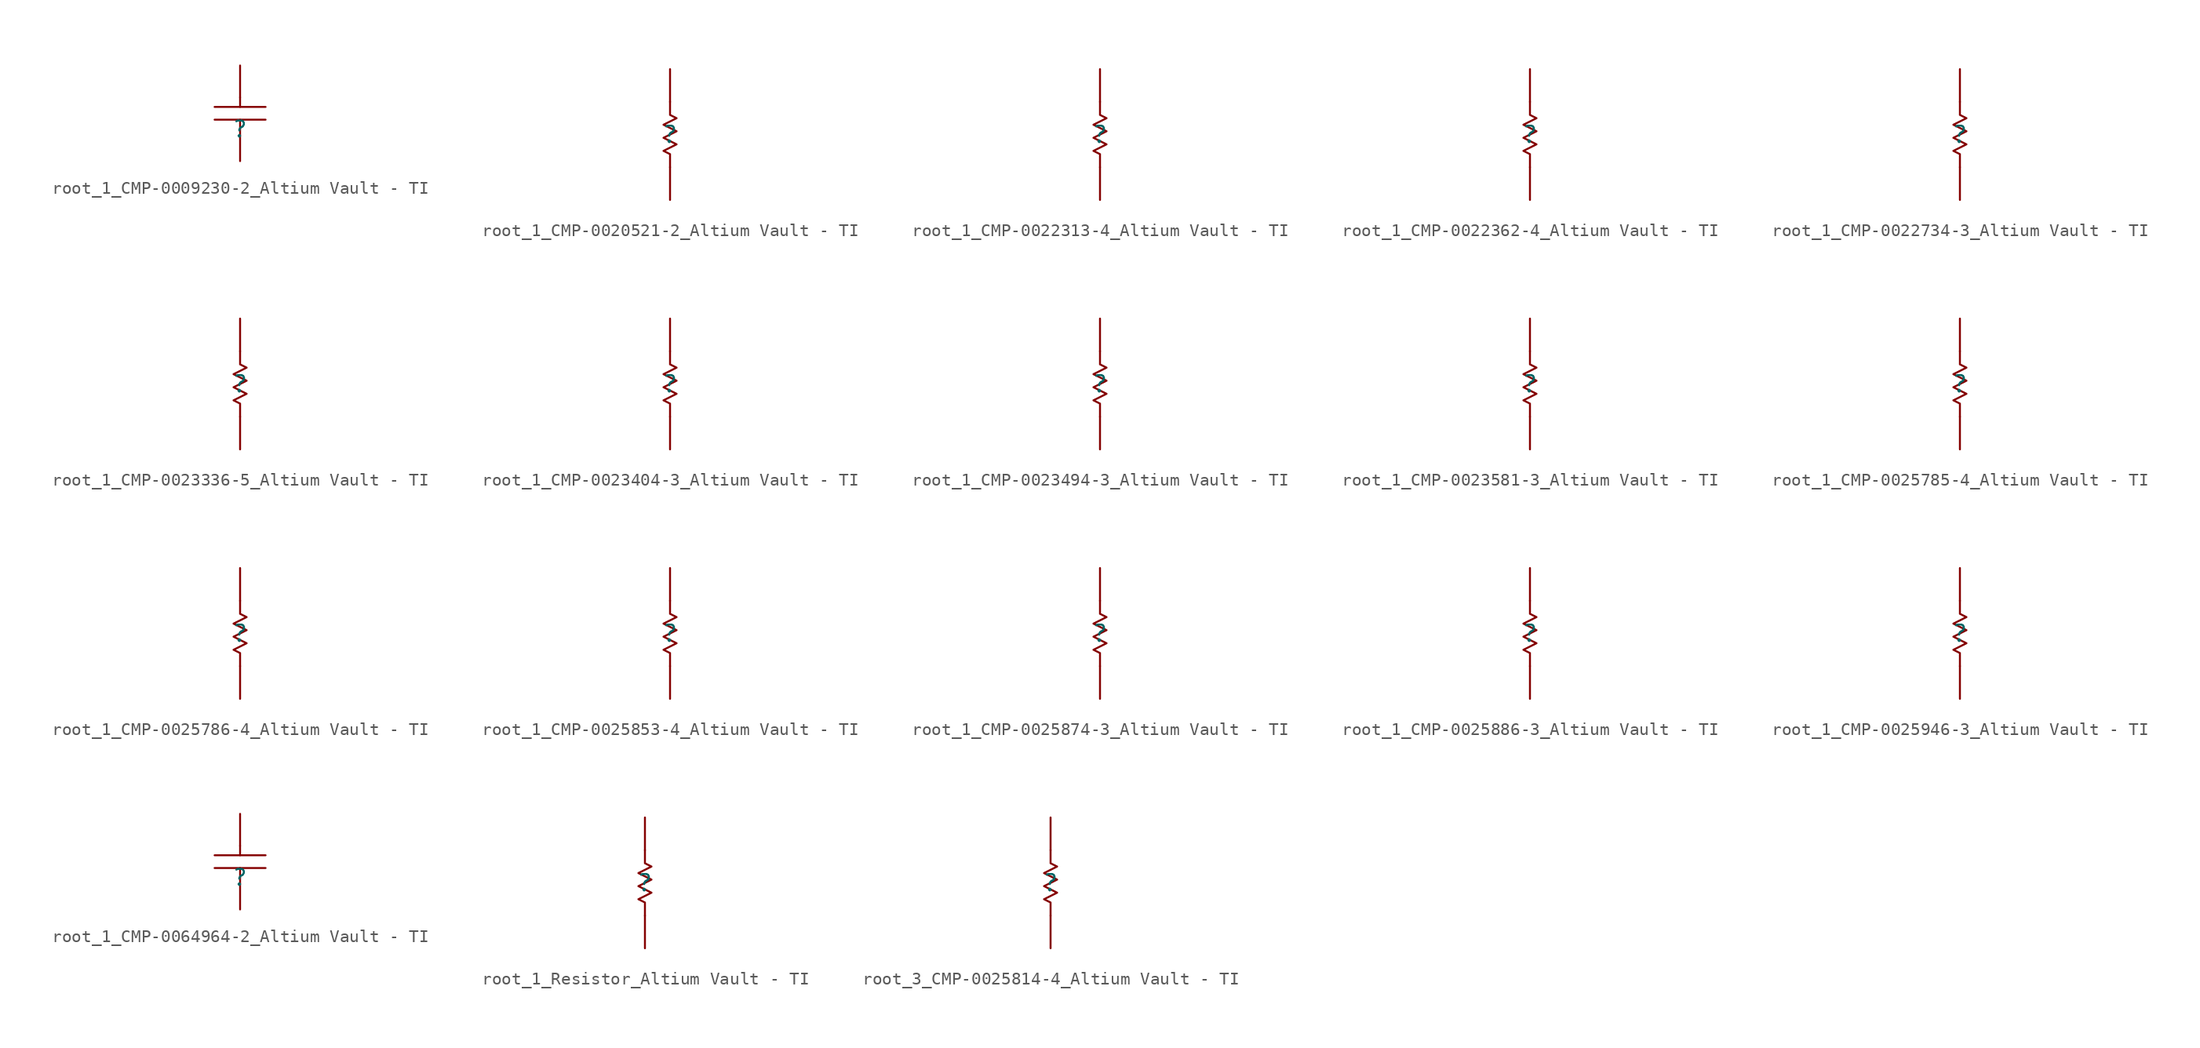
<source format=kicad_sym>
(kicad_symbol_lib
  (version 20241209)
  (generator "kicad_symbol_editor")
  (generator_version "9.0")
  (symbol "root_1_CMP-0009230-2_Altium Vault - TI"
    (pin_numbers
      (hide yes))
    (pin_names
      (hide yes))
    (property "Reference" ""
      (at 0 0 0)
      (effects (font (size 1.27 1.27))))
    (property "Value" ""
      (at 0 0 0)
      (effects (font (size 1.27 1.27))))
    (symbol "root_1_CMP-0009230-2_Altium Vault - TI_1_0"
      (polyline (pts (xy -2.032 1.778) (xy 2.032 1.778)) (stroke (width 0) (type solid)) (fill (type none)))
      (polyline (pts (xy -2.032 0.762) (xy 2.032 0.762)) (stroke (width 0) (type solid)) (fill (type none)))
      (polyline (pts (xy 0 2.54) (xy 0 1.778)) (stroke (width 0) (type solid)) (fill (type none)))
      (polyline (pts (xy 0 0) (xy 0 0.762)) (stroke (width 0) (type solid)) (fill (type none)))
      (pin passive line (at 0 5.08 270) (length 2.54) (name "1" (effects (font (size 1.27 1.27)))) (number "1" (effects (font (size 1.27 1.27)))))
      (pin passive line (at 0 -2.54 90) (length 2.54) (name "2" (effects (font (size 1.27 1.27)))) (number "2" (effects (font (size 1.27 1.27)))))))
  (symbol "root_1_CMP-0020521-2_Altium Vault - TI"
    (pin_numbers
      (hide yes))
    (pin_names
      (hide yes))
    (property "Reference" ""
      (at 0 0 0)
      (effects (font (size 1.27 1.27))))
    (property "Value" ""
      (at 0 0 0)
      (effects (font (size 1.27 1.27))))
    (symbol "root_1_CMP-0020521-2_Altium Vault - TI_1_0"
      (polyline (pts (xy 0 2.54) (xy 0 1.524) (xy 0.508 1.27) (xy -0.508 0.762) (xy 0.508 0.254) (xy -0.508 -0.254) (xy 0.508 -0.762) (xy -0.508 -1.27) (xy 0 -1.524) (xy 0 -2.54)) (stroke (width 0) (type solid)) (fill (type none)))
      (pin passive line (at 0 5.08 270) (length 2.54) (name "2" (effects (font (size 1.27 1.27)))) (number "2" (effects (font (size 1.27 1.27)))))
      (pin passive line (at 0 -5.08 90) (length 2.54) (name "1" (effects (font (size 1.27 1.27)))) (number "1" (effects (font (size 1.27 1.27)))))))
  (symbol "root_1_CMP-0022313-4_Altium Vault - TI"
    (pin_numbers
      (hide yes))
    (pin_names
      (hide yes))
    (property "Reference" ""
      (at 0 0 0)
      (effects (font (size 1.27 1.27))))
    (property "Value" ""
      (at 0 0 0)
      (effects (font (size 1.27 1.27))))
    (symbol "root_1_CMP-0022313-4_Altium Vault - TI_1_0"
      (polyline (pts (xy 0 2.54) (xy 0 1.524) (xy 0.508 1.27) (xy -0.508 0.762) (xy 0.508 0.254) (xy -0.508 -0.254) (xy 0.508 -0.762) (xy -0.508 -1.27) (xy 0 -1.524) (xy 0 -2.54)) (stroke (width 0) (type solid)) (fill (type none)))
      (pin passive line (at 0 5.08 270) (length 2.54) (name "2" (effects (font (size 1.27 1.27)))) (number "2" (effects (font (size 1.27 1.27)))))
      (pin passive line (at 0 -5.08 90) (length 2.54) (name "1" (effects (font (size 1.27 1.27)))) (number "1" (effects (font (size 1.27 1.27)))))))
  (symbol "root_1_CMP-0022362-4_Altium Vault - TI"
    (pin_numbers
      (hide yes))
    (pin_names
      (hide yes))
    (property "Reference" ""
      (at 0 0 0)
      (effects (font (size 1.27 1.27))))
    (property "Value" ""
      (at 0 0 0)
      (effects (font (size 1.27 1.27))))
    (symbol "root_1_CMP-0022362-4_Altium Vault - TI_1_0"
      (polyline (pts (xy 0 2.54) (xy 0 1.524) (xy 0.508 1.27) (xy -0.508 0.762) (xy 0.508 0.254) (xy -0.508 -0.254) (xy 0.508 -0.762) (xy -0.508 -1.27) (xy 0 -1.524) (xy 0 -2.54)) (stroke (width 0) (type solid)) (fill (type none)))
      (pin passive line (at 0 5.08 270) (length 2.54) (name "2" (effects (font (size 1.27 1.27)))) (number "2" (effects (font (size 1.27 1.27)))))
      (pin passive line (at 0 -5.08 90) (length 2.54) (name "1" (effects (font (size 1.27 1.27)))) (number "1" (effects (font (size 1.27 1.27)))))))
  (symbol "root_1_CMP-0022734-3_Altium Vault - TI"
    (pin_numbers
      (hide yes))
    (pin_names
      (hide yes))
    (property "Reference" ""
      (at 0 0 0)
      (effects (font (size 1.27 1.27))))
    (property "Value" ""
      (at 0 0 0)
      (effects (font (size 1.27 1.27))))
    (symbol "root_1_CMP-0022734-3_Altium Vault - TI_1_0"
      (polyline (pts (xy 0 2.54) (xy 0 1.524) (xy 0.508 1.27) (xy -0.508 0.762) (xy 0.508 0.254) (xy -0.508 -0.254) (xy 0.508 -0.762) (xy -0.508 -1.27) (xy 0 -1.524) (xy 0 -2.54)) (stroke (width 0) (type solid)) (fill (type none)))
      (pin passive line (at 0 5.08 270) (length 2.54) (name "2" (effects (font (size 1.27 1.27)))) (number "2" (effects (font (size 1.27 1.27)))))
      (pin passive line (at 0 -5.08 90) (length 2.54) (name "1" (effects (font (size 1.27 1.27)))) (number "1" (effects (font (size 1.27 1.27)))))))
  (symbol "root_1_CMP-0023336-5_Altium Vault - TI"
    (pin_numbers
      (hide yes))
    (pin_names
      (hide yes))
    (property "Reference" ""
      (at 0 0 0)
      (effects (font (size 1.27 1.27))))
    (property "Value" ""
      (at 0 0 0)
      (effects (font (size 1.27 1.27))))
    (symbol "root_1_CMP-0023336-5_Altium Vault - TI_1_0"
      (polyline (pts (xy 0 2.54) (xy 0 1.524) (xy 0.508 1.27) (xy -0.508 0.762) (xy 0.508 0.254) (xy -0.508 -0.254) (xy 0.508 -0.762) (xy -0.508 -1.27) (xy 0 -1.524) (xy 0 -2.54)) (stroke (width 0) (type solid)) (fill (type none)))
      (pin passive line (at 0 5.08 270) (length 2.54) (name "2" (effects (font (size 1.27 1.27)))) (number "2" (effects (font (size 1.27 1.27)))))
      (pin passive line (at 0 -5.08 90) (length 2.54) (name "1" (effects (font (size 1.27 1.27)))) (number "1" (effects (font (size 1.27 1.27)))))))
  (symbol "root_1_CMP-0023404-3_Altium Vault - TI"
    (pin_numbers
      (hide yes))
    (pin_names
      (hide yes))
    (property "Reference" ""
      (at 0 0 0)
      (effects (font (size 1.27 1.27))))
    (property "Value" ""
      (at 0 0 0)
      (effects (font (size 1.27 1.27))))
    (symbol "root_1_CMP-0023404-3_Altium Vault - TI_1_0"
      (polyline (pts (xy 0 2.54) (xy 0 1.524) (xy 0.508 1.27) (xy -0.508 0.762) (xy 0.508 0.254) (xy -0.508 -0.254) (xy 0.508 -0.762) (xy -0.508 -1.27) (xy 0 -1.524) (xy 0 -2.54)) (stroke (width 0) (type solid)) (fill (type none)))
      (pin passive line (at 0 5.08 270) (length 2.54) (name "2" (effects (font (size 1.27 1.27)))) (number "2" (effects (font (size 1.27 1.27)))))
      (pin passive line (at 0 -5.08 90) (length 2.54) (name "1" (effects (font (size 1.27 1.27)))) (number "1" (effects (font (size 1.27 1.27)))))))
  (symbol "root_1_CMP-0023494-3_Altium Vault - TI"
    (pin_numbers
      (hide yes))
    (pin_names
      (hide yes))
    (property "Reference" ""
      (at 0 0 0)
      (effects (font (size 1.27 1.27))))
    (property "Value" ""
      (at 0 0 0)
      (effects (font (size 1.27 1.27))))
    (symbol "root_1_CMP-0023494-3_Altium Vault - TI_1_0"
      (polyline (pts (xy 0 2.54) (xy 0 1.524) (xy 0.508 1.27) (xy -0.508 0.762) (xy 0.508 0.254) (xy -0.508 -0.254) (xy 0.508 -0.762) (xy -0.508 -1.27) (xy 0 -1.524) (xy 0 -2.54)) (stroke (width 0) (type solid)) (fill (type none)))
      (pin passive line (at 0 5.08 270) (length 2.54) (name "2" (effects (font (size 1.27 1.27)))) (number "2" (effects (font (size 1.27 1.27)))))
      (pin passive line (at 0 -5.08 90) (length 2.54) (name "1" (effects (font (size 1.27 1.27)))) (number "1" (effects (font (size 1.27 1.27)))))))
  (symbol "root_1_CMP-0023581-3_Altium Vault - TI"
    (pin_numbers
      (hide yes))
    (pin_names
      (hide yes))
    (property "Reference" ""
      (at 0 0 0)
      (effects (font (size 1.27 1.27))))
    (property "Value" ""
      (at 0 0 0)
      (effects (font (size 1.27 1.27))))
    (symbol "root_1_CMP-0023581-3_Altium Vault - TI_1_0"
      (polyline (pts (xy 0 2.54) (xy 0 1.524) (xy 0.508 1.27) (xy -0.508 0.762) (xy 0.508 0.254) (xy -0.508 -0.254) (xy 0.508 -0.762) (xy -0.508 -1.27) (xy 0 -1.524) (xy 0 -2.54)) (stroke (width 0) (type solid)) (fill (type none)))
      (pin passive line (at 0 5.08 270) (length 2.54) (name "2" (effects (font (size 1.27 1.27)))) (number "2" (effects (font (size 1.27 1.27)))))
      (pin passive line (at 0 -5.08 90) (length 2.54) (name "1" (effects (font (size 1.27 1.27)))) (number "1" (effects (font (size 1.27 1.27)))))))
  (symbol "root_1_CMP-0025785-4_Altium Vault - TI"
    (pin_numbers
      (hide yes))
    (pin_names
      (hide yes))
    (property "Reference" ""
      (at 0 0 0)
      (effects (font (size 1.27 1.27))))
    (property "Value" ""
      (at 0 0 0)
      (effects (font (size 1.27 1.27))))
    (symbol "root_1_CMP-0025785-4_Altium Vault - TI_1_0"
      (polyline (pts (xy 0 2.54) (xy 0 1.524) (xy 0.508 1.27) (xy -0.508 0.762) (xy 0.508 0.254) (xy -0.508 -0.254) (xy 0.508 -0.762) (xy -0.508 -1.27) (xy 0 -1.524) (xy 0 -2.54)) (stroke (width 0) (type solid)) (fill (type none)))
      (pin passive line (at 0 5.08 270) (length 2.54) (name "2" (effects (font (size 1.27 1.27)))) (number "2" (effects (font (size 1.27 1.27)))))
      (pin passive line (at 0 -5.08 90) (length 2.54) (name "1" (effects (font (size 1.27 1.27)))) (number "1" (effects (font (size 1.27 1.27)))))))
  (symbol "root_1_CMP-0025786-4_Altium Vault - TI"
    (pin_numbers
      (hide yes))
    (pin_names
      (hide yes))
    (property "Reference" ""
      (at 0 0 0)
      (effects (font (size 1.27 1.27))))
    (property "Value" ""
      (at 0 0 0)
      (effects (font (size 1.27 1.27))))
    (symbol "root_1_CMP-0025786-4_Altium Vault - TI_1_0"
      (polyline (pts (xy 0 2.54) (xy 0 1.524) (xy 0.508 1.27) (xy -0.508 0.762) (xy 0.508 0.254) (xy -0.508 -0.254) (xy 0.508 -0.762) (xy -0.508 -1.27) (xy 0 -1.524) (xy 0 -2.54)) (stroke (width 0) (type solid)) (fill (type none)))
      (pin passive line (at 0 5.08 270) (length 2.54) (name "2" (effects (font (size 1.27 1.27)))) (number "2" (effects (font (size 1.27 1.27)))))
      (pin passive line (at 0 -5.08 90) (length 2.54) (name "1" (effects (font (size 1.27 1.27)))) (number "1" (effects (font (size 1.27 1.27)))))))
  (symbol "root_1_CMP-0025853-4_Altium Vault - TI"
    (pin_numbers
      (hide yes))
    (pin_names
      (hide yes))
    (property "Reference" ""
      (at 0 0 0)
      (effects (font (size 1.27 1.27))))
    (property "Value" ""
      (at 0 0 0)
      (effects (font (size 1.27 1.27))))
    (symbol "root_1_CMP-0025853-4_Altium Vault - TI_1_0"
      (polyline (pts (xy 0 2.54) (xy 0 1.524) (xy 0.508 1.27) (xy -0.508 0.762) (xy 0.508 0.254) (xy -0.508 -0.254) (xy 0.508 -0.762) (xy -0.508 -1.27) (xy 0 -1.524) (xy 0 -2.54)) (stroke (width 0) (type solid)) (fill (type none)))
      (pin passive line (at 0 5.08 270) (length 2.54) (name "2" (effects (font (size 1.27 1.27)))) (number "2" (effects (font (size 1.27 1.27)))))
      (pin passive line (at 0 -5.08 90) (length 2.54) (name "1" (effects (font (size 1.27 1.27)))) (number "1" (effects (font (size 1.27 1.27)))))))
  (symbol "root_1_CMP-0025874-3_Altium Vault - TI"
    (pin_numbers
      (hide yes))
    (pin_names
      (hide yes))
    (property "Reference" ""
      (at 0 0 0)
      (effects (font (size 1.27 1.27))))
    (property "Value" ""
      (at 0 0 0)
      (effects (font (size 1.27 1.27))))
    (symbol "root_1_CMP-0025874-3_Altium Vault - TI_1_0"
      (polyline (pts (xy 0 2.54) (xy 0 1.524) (xy 0.508 1.27) (xy -0.508 0.762) (xy 0.508 0.254) (xy -0.508 -0.254) (xy 0.508 -0.762) (xy -0.508 -1.27) (xy 0 -1.524) (xy 0 -2.54)) (stroke (width 0) (type solid)) (fill (type none)))
      (pin passive line (at 0 5.08 270) (length 2.54) (name "2" (effects (font (size 1.27 1.27)))) (number "2" (effects (font (size 1.27 1.27)))))
      (pin passive line (at 0 -5.08 90) (length 2.54) (name "1" (effects (font (size 1.27 1.27)))) (number "1" (effects (font (size 1.27 1.27)))))))
  (symbol "root_1_CMP-0025886-3_Altium Vault - TI"
    (pin_numbers
      (hide yes))
    (pin_names
      (hide yes))
    (property "Reference" ""
      (at 0 0 0)
      (effects (font (size 1.27 1.27))))
    (property "Value" ""
      (at 0 0 0)
      (effects (font (size 1.27 1.27))))
    (symbol "root_1_CMP-0025886-3_Altium Vault - TI_1_0"
      (polyline (pts (xy 0 2.54) (xy 0 1.524) (xy 0.508 1.27) (xy -0.508 0.762) (xy 0.508 0.254) (xy -0.508 -0.254) (xy 0.508 -0.762) (xy -0.508 -1.27) (xy 0 -1.524) (xy 0 -2.54)) (stroke (width 0) (type solid)) (fill (type none)))
      (pin passive line (at 0 5.08 270) (length 2.54) (name "2" (effects (font (size 1.27 1.27)))) (number "2" (effects (font (size 1.27 1.27)))))
      (pin passive line (at 0 -5.08 90) (length 2.54) (name "1" (effects (font (size 1.27 1.27)))) (number "1" (effects (font (size 1.27 1.27)))))))
  (symbol "root_1_CMP-0025946-3_Altium Vault - TI"
    (pin_numbers
      (hide yes))
    (pin_names
      (hide yes))
    (property "Reference" ""
      (at 0 0 0)
      (effects (font (size 1.27 1.27))))
    (property "Value" ""
      (at 0 0 0)
      (effects (font (size 1.27 1.27))))
    (symbol "root_1_CMP-0025946-3_Altium Vault - TI_1_0"
      (polyline (pts (xy 0 2.54) (xy 0 1.524) (xy 0.508 1.27) (xy -0.508 0.762) (xy 0.508 0.254) (xy -0.508 -0.254) (xy 0.508 -0.762) (xy -0.508 -1.27) (xy 0 -1.524) (xy 0 -2.54)) (stroke (width 0) (type solid)) (fill (type none)))
      (pin passive line (at 0 5.08 270) (length 2.54) (name "2" (effects (font (size 1.27 1.27)))) (number "2" (effects (font (size 1.27 1.27)))))
      (pin passive line (at 0 -5.08 90) (length 2.54) (name "1" (effects (font (size 1.27 1.27)))) (number "1" (effects (font (size 1.27 1.27)))))))
  (symbol "root_1_CMP-0064964-2_Altium Vault - TI"
    (pin_numbers
      (hide yes))
    (pin_names
      (hide yes))
    (property "Reference" ""
      (at 0 0 0)
      (effects (font (size 1.27 1.27))))
    (property "Value" ""
      (at 0 0 0)
      (effects (font (size 1.27 1.27))))
    (symbol "root_1_CMP-0064964-2_Altium Vault - TI_1_0"
      (polyline (pts (xy -2.032 1.778) (xy 2.032 1.778)) (stroke (width 0) (type solid)) (fill (type none)))
      (polyline (pts (xy -2.032 0.762) (xy 2.032 0.762)) (stroke (width 0) (type solid)) (fill (type none)))
      (polyline (pts (xy 0 2.54) (xy 0 1.778)) (stroke (width 0) (type solid)) (fill (type none)))
      (polyline (pts (xy 0 0) (xy 0 0.762)) (stroke (width 0) (type solid)) (fill (type none)))
      (pin passive line (at 0 5.08 270) (length 2.54) (name "1" (effects (font (size 1.27 1.27)))) (number "1" (effects (font (size 1.27 1.27)))))
      (pin passive line (at 0 -2.54 90) (length 2.54) (name "2" (effects (font (size 1.27 1.27)))) (number "2" (effects (font (size 1.27 1.27)))))))
  (symbol "root_1_Resistor_Altium Vault - TI"
    (pin_numbers
      (hide yes))
    (pin_names
      (hide yes))
    (property "Reference" ""
      (at 0 0 0)
      (effects (font (size 1.27 1.27))))
    (property "Value" ""
      (at 0 0 0)
      (effects (font (size 1.27 1.27))))
    (symbol "root_1_Resistor_Altium Vault - TI_1_0"
      (polyline (pts (xy 0 2.54) (xy 0 1.524) (xy 0.508 1.27) (xy -0.508 0.762) (xy 0.508 0.254) (xy -0.508 -0.254) (xy 0.508 -0.762) (xy -0.508 -1.27) (xy 0 -1.524) (xy 0 -2.54)) (stroke (width 0) (type solid)) (fill (type none)))
      (pin passive line (at 0 5.08 270) (length 2.54) (name "2" (effects (font (size 1.27 1.27)))) (number "2" (effects (font (size 1.27 1.27)))))
      (pin passive line (at 0 -5.08 90) (length 2.54) (name "1" (effects (font (size 1.27 1.27)))) (number "1" (effects (font (size 1.27 1.27)))))))
  (symbol "root_3_CMP-0025814-4_Altium Vault - TI"
    (pin_numbers
      (hide yes))
    (pin_names
      (hide yes))
    (property "Reference" ""
      (at 0 0 0)
      (effects (font (size 1.27 1.27))))
    (property "Value" ""
      (at 0 0 0)
      (effects (font (size 1.27 1.27))))
    (symbol "root_3_CMP-0025814-4_Altium Vault - TI_1_0"
      (polyline (pts (xy 0 -2.54) (xy 0 -1.524) (xy -0.508 -1.27) (xy 0.508 -0.762) (xy -0.508 -0.254) (xy 0.508 0.254) (xy -0.508 0.762) (xy 0.508 1.27) (xy 0 1.524) (xy 0 2.54)) (stroke (width 0) (type solid)) (fill (type none)))
      (pin passive line (at 0 5.08 270) (length 2.54) (name "1" (effects (font (size 1.27 1.27)))) (number "1" (effects (font (size 1.27 1.27)))))
      (pin passive line (at 0 -5.08 90) (length 2.54) (name "2" (effects (font (size 1.27 1.27)))) (number "2" (effects (font (size 1.27 1.27))))))))
</source>
